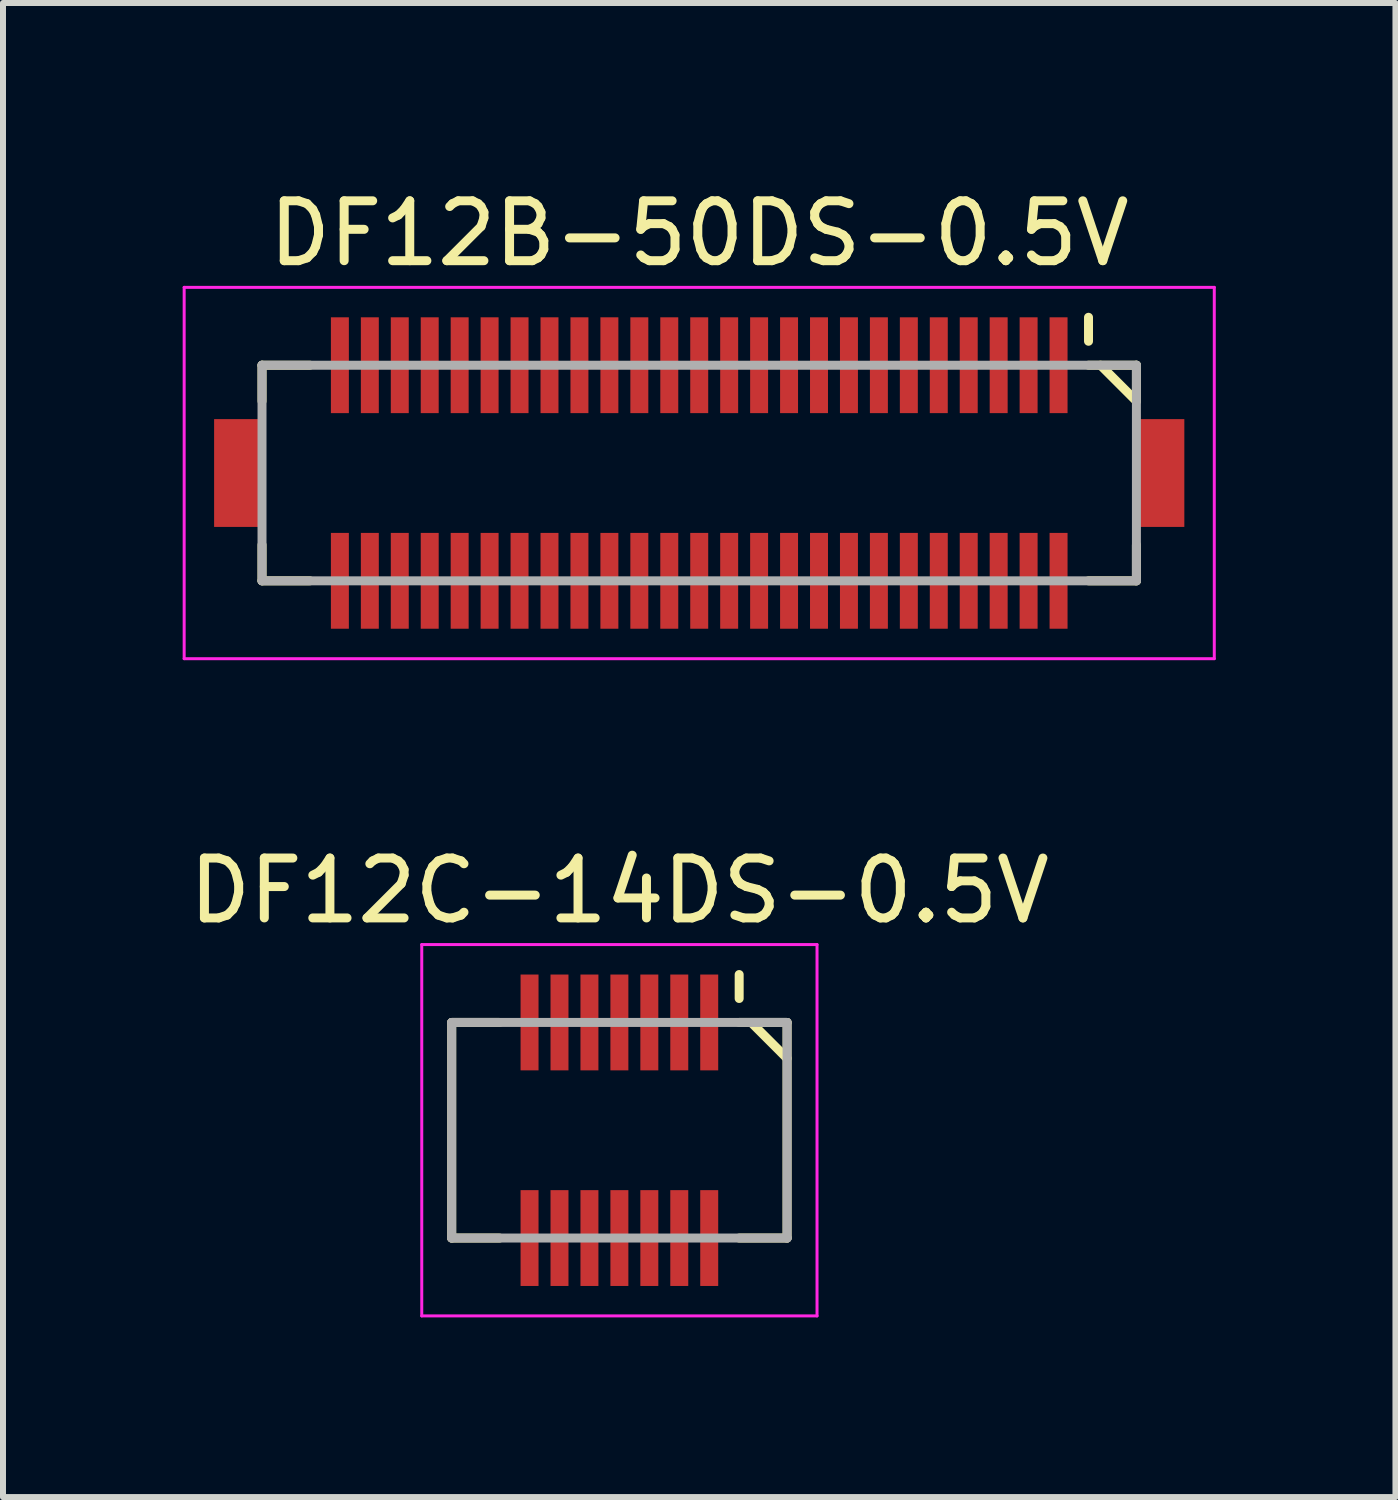
<source format=kicad_pcb>
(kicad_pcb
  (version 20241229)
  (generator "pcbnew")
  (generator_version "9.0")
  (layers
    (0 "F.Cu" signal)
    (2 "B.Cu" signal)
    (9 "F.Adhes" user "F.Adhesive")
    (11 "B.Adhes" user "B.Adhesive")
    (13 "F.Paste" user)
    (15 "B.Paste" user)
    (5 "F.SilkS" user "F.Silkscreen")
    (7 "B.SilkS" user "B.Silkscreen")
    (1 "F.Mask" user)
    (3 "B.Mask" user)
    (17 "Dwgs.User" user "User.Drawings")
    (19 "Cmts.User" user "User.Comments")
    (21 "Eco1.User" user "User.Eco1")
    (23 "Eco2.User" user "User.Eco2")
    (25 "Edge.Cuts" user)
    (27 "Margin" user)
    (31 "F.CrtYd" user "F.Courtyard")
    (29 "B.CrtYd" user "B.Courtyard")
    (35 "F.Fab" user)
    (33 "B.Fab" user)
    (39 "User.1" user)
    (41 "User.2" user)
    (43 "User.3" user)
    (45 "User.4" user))
  (footprint "DF12C-14DS-0.5V"
    (layer "F.Cu")
    (at 7.292 15.822)
    (property "Reference" "DF12C-14DS-0.5V" (at 0 -4 0) (layer "F.SilkS") (effects (font (size 1 1) (thickness 0.15))))
    (attr smd)
    (fp_line (start -2.8 -1.8) (end -2.8 1.8) (stroke (width 0.15) (type solid)) (layer "F.SilkS"))
    (fp_line (start -2.8 -1.8) (end -2 -1.8) (stroke (width 0.15) (type solid)) (layer "F.SilkS"))
    (fp_line (start -2.8 1.8) (end -2 1.8) (stroke (width 0.15) (type solid)) (layer "F.SilkS"))
    (fp_line (start 2 -2.6) (end 2 -2.2) (stroke (width 0.15) (type solid)) (layer "F.SilkS"))
    (fp_line (start 2 -1.8) (end 2.8 -1.8) (stroke (width 0.15) (type solid)) (layer "F.SilkS"))
    (fp_line (start 2 1.8) (end 2.8 1.8) (stroke (width 0.15) (type solid)) (layer "F.SilkS"))
    (fp_line (start 2.2 -1.8) (end 2.8 -1.2) (stroke (width 0.15) (type solid)) (layer "F.SilkS"))
    (fp_line (start 2.8 -1.8) (end 2.8 1.8) (stroke (width 0.15) (type solid)) (layer "F.SilkS"))
    (fp_line (start -3.3 -3.1) (end -3.3 3.1) (stroke (width 0.05) (type solid)) (layer "F.CrtYd"))
    (fp_line (start -3.3 -3.1) (end 3.3 -3.1) (stroke (width 0.05) (type solid)) (layer "F.CrtYd"))
    (fp_line (start -3.3 3.1) (end 3.3 3.1) (stroke (width 0.05) (type solid)) (layer "F.CrtYd"))
    (fp_line (start 3.3 -3.1) (end 3.3 3.1) (stroke (width 0.05) (type solid)) (layer "F.CrtYd"))
    (fp_line (start -2.8 -1.8) (end -2.8 1.8) (stroke (width 0.15) (type solid)) (layer "F.Fab"))
    (fp_line (start -2.8 -1.8) (end 2.8 -1.8) (stroke (width 0.15) (type solid)) (layer "F.Fab"))
    (fp_line (start -2.8 1.8) (end 2.8 1.8) (stroke (width 0.15) (type solid)) (layer "F.Fab"))
    (fp_line (start 2.8 -1.8) (end 2.8 1.8) (stroke (width 0.15) (type solid)) (layer "F.Fab"))
    (pad "1" smd rect (at 1.5 -1.8) (size 0.3 1.6) (layers "F.Cu" "F.Mask" "F.Paste"))
    (pad "2" smd rect (at 1.5 1.8) (size 0.3 1.6) (layers "F.Cu" "F.Mask" "F.Paste"))
    (pad "3" smd rect (at 1 -1.8) (size 0.3 1.6) (layers "F.Cu" "F.Mask" "F.Paste"))
    (pad "4" smd rect (at 1 1.8) (size 0.3 1.6) (layers "F.Cu" "F.Mask" "F.Paste"))
    (pad "5" smd rect (at 0.5 -1.8) (size 0.3 1.6) (layers "F.Cu" "F.Mask" "F.Paste"))
    (pad "6" smd rect (at 0.5 1.8) (size 0.3 1.6) (layers "F.Cu" "F.Mask" "F.Paste"))
    (pad "7" smd rect (at 0 -1.8) (size 0.3 1.6) (layers "F.Cu" "F.Mask" "F.Paste"))
    (pad "8" smd rect (at 0 1.8) (size 0.3 1.6) (layers "F.Cu" "F.Mask" "F.Paste"))
    (pad "9" smd rect (at -0.5 -1.8) (size 0.3 1.6) (layers "F.Cu" "F.Mask" "F.Paste"))
    (pad "10" smd rect (at -0.5 1.8) (size 0.3 1.6) (layers "F.Cu" "F.Mask" "F.Paste"))
    (pad "11" smd rect (at -1 -1.8) (size 0.3 1.6) (layers "F.Cu" "F.Mask" "F.Paste"))
    (pad "12" smd rect (at -1 1.8) (size 0.3 1.6) (layers "F.Cu" "F.Mask" "F.Paste"))
    (pad "13" smd rect (at -1.5 -1.8) (size 0.3 1.6) (layers "F.Cu" "F.Mask" "F.Paste"))
    (pad "14" smd rect (at -1.5 1.8) (size 0.3 1.6) (layers "F.Cu" "F.Mask" "F.Paste")))
  (footprint "DF12B-50DS-0.5V"
    (layer "F.Cu")
    (at 8.625 4.848)
    (property "Reference" "DF12B-50DS-0.5V" (at 0 -4 0) (layer "F.SilkS") (effects (font (size 1 1) (thickness 0.15))))
    (attr smd)
    (fp_line (start -7.3 -1.8) (end -7.3 -1.2) (stroke (width 0.15) (type solid)) (layer "F.SilkS"))
    (fp_line (start -7.3 -1.8) (end -6.5 -1.8) (stroke (width 0.15) (type solid)) (layer "F.SilkS"))
    (fp_line (start -7.3 1.2) (end -7.3 1.8) (stroke (width 0.15) (type solid)) (layer "F.SilkS"))
    (fp_line (start -7.3 1.8) (end -6.5 1.8) (stroke (width 0.15) (type solid)) (layer "F.SilkS"))
    (fp_line (start 6.5 -2.6) (end 6.5 -2.2) (stroke (width 0.15) (type solid)) (layer "F.SilkS"))
    (fp_line (start 6.5 -1.8) (end 7.3 -1.8) (stroke (width 0.15) (type solid)) (layer "F.SilkS"))
    (fp_line (start 6.5 1.8) (end 7.3 1.8) (stroke (width 0.15) (type solid)) (layer "F.SilkS"))
    (fp_line (start 6.7 -1.8) (end 7.3 -1.2) (stroke (width 0.15) (type solid)) (layer "F.SilkS"))
    (fp_line (start 7.3 -1.8) (end 7.3 -1.2) (stroke (width 0.15) (type solid)) (layer "F.SilkS"))
    (fp_line (start 7.3 1.2) (end 7.3 1.8) (stroke (width 0.15) (type solid)) (layer "F.SilkS"))
    (fp_line (start -8.6 -3.1) (end -8.6 3.1) (stroke (width 0.05) (type solid)) (layer "F.CrtYd"))
    (fp_line (start -8.6 -3.1) (end 8.6 -3.1) (stroke (width 0.05) (type solid)) (layer "F.CrtYd"))
    (fp_line (start -8.6 3.1) (end 8.6 3.1) (stroke (width 0.05) (type solid)) (layer "F.CrtYd"))
    (fp_line (start 8.6 -3.1) (end 8.6 3.1) (stroke (width 0.05) (type solid)) (layer "F.CrtYd"))
    (fp_line (start -7.3 -1.8) (end -7.3 1.8) (stroke (width 0.15) (type solid)) (layer "F.Fab"))
    (fp_line (start -7.3 -1.8) (end 7.3 -1.8) (stroke (width 0.15) (type solid)) (layer "F.Fab"))
    (fp_line (start -7.3 1.8) (end 7.3 1.8) (stroke (width 0.15) (type solid)) (layer "F.Fab"))
    (fp_line (start 7.3 -1.8) (end 7.3 1.8) (stroke (width 0.15) (type solid)) (layer "F.Fab"))
    (pad "1" smd rect (at 6 -1.8) (size 0.3 1.6) (layers "F.Cu" "F.Mask" "F.Paste"))
    (pad "2" smd rect (at 6 1.8) (size 0.3 1.6) (layers "F.Cu" "F.Mask" "F.Paste"))
    (pad "3" smd rect (at 5.5 -1.8) (size 0.3 1.6) (layers "F.Cu" "F.Mask" "F.Paste"))
    (pad "4" smd rect (at 5.5 1.8) (size 0.3 1.6) (layers "F.Cu" "F.Mask" "F.Paste"))
    (pad "5" smd rect (at 5 -1.8) (size 0.3 1.6) (layers "F.Cu" "F.Mask" "F.Paste"))
    (pad "6" smd rect (at 5 1.8) (size 0.3 1.6) (layers "F.Cu" "F.Mask" "F.Paste"))
    (pad "7" smd rect (at 4.5 -1.8) (size 0.3 1.6) (layers "F.Cu" "F.Mask" "F.Paste"))
    (pad "8" smd rect (at 4.5 1.8) (size 0.3 1.6) (layers "F.Cu" "F.Mask" "F.Paste"))
    (pad "9" smd rect (at 4 -1.8) (size 0.3 1.6) (layers "F.Cu" "F.Mask" "F.Paste"))
    (pad "10" smd rect (at 4 1.8) (size 0.3 1.6) (layers "F.Cu" "F.Mask" "F.Paste"))
    (pad "11" smd rect (at 3.5 -1.8) (size 0.3 1.6) (layers "F.Cu" "F.Mask" "F.Paste"))
    (pad "12" smd rect (at 3.5 1.8) (size 0.3 1.6) (layers "F.Cu" "F.Mask" "F.Paste"))
    (pad "13" smd rect (at 3 -1.8) (size 0.3 1.6) (layers "F.Cu" "F.Mask" "F.Paste"))
    (pad "14" smd rect (at 3 1.8) (size 0.3 1.6) (layers "F.Cu" "F.Mask" "F.Paste"))
    (pad "15" smd rect (at 2.5 -1.8) (size 0.3 1.6) (layers "F.Cu" "F.Mask" "F.Paste"))
    (pad "16" smd rect (at 2.5 1.8) (size 0.3 1.6) (layers "F.Cu" "F.Mask" "F.Paste"))
    (pad "17" smd rect (at 2 -1.8) (size 0.3 1.6) (layers "F.Cu" "F.Mask" "F.Paste"))
    (pad "18" smd rect (at 2 1.8) (size 0.3 1.6) (layers "F.Cu" "F.Mask" "F.Paste"))
    (pad "19" smd rect (at 1.5 -1.8) (size 0.3 1.6) (layers "F.Cu" "F.Mask" "F.Paste"))
    (pad "20" smd rect (at 1.5 1.8) (size 0.3 1.6) (layers "F.Cu" "F.Mask" "F.Paste"))
    (pad "21" smd rect (at 1 -1.8) (size 0.3 1.6) (layers "F.Cu" "F.Mask" "F.Paste"))
    (pad "22" smd rect (at 1 1.8) (size 0.3 1.6) (layers "F.Cu" "F.Mask" "F.Paste"))
    (pad "23" smd rect (at 0.5 -1.8) (size 0.3 1.6) (layers "F.Cu" "F.Mask" "F.Paste"))
    (pad "24" smd rect (at 0.5 1.8) (size 0.3 1.6) (layers "F.Cu" "F.Mask" "F.Paste"))
    (pad "25" smd rect (at 0 -1.8) (size 0.3 1.6) (layers "F.Cu" "F.Mask" "F.Paste"))
    (pad "26" smd rect (at 0 1.8) (size 0.3 1.6) (layers "F.Cu" "F.Mask" "F.Paste"))
    (pad "27" smd rect (at -0.5 -1.8) (size 0.3 1.6) (layers "F.Cu" "F.Mask" "F.Paste"))
    (pad "28" smd rect (at -0.5 1.8) (size 0.3 1.6) (layers "F.Cu" "F.Mask" "F.Paste"))
    (pad "29" smd rect (at -1 -1.8) (size 0.3 1.6) (layers "F.Cu" "F.Mask" "F.Paste"))
    (pad "30" smd rect (at -1 1.8) (size 0.3 1.6) (layers "F.Cu" "F.Mask" "F.Paste"))
    (pad "31" smd rect (at -1.5 -1.8) (size 0.3 1.6) (layers "F.Cu" "F.Mask" "F.Paste"))
    (pad "32" smd rect (at -1.5 1.8) (size 0.3 1.6) (layers "F.Cu" "F.Mask" "F.Paste"))
    (pad "33" smd rect (at -2 -1.8) (size 0.3 1.6) (layers "F.Cu" "F.Mask" "F.Paste"))
    (pad "34" smd rect (at -2 1.8) (size 0.3 1.6) (layers "F.Cu" "F.Mask" "F.Paste"))
    (pad "35" smd rect (at -2.5 -1.8) (size 0.3 1.6) (layers "F.Cu" "F.Mask" "F.Paste"))
    (pad "36" smd rect (at -2.5 1.8) (size 0.3 1.6) (layers "F.Cu" "F.Mask" "F.Paste"))
    (pad "37" smd rect (at -3 -1.8) (size 0.3 1.6) (layers "F.Cu" "F.Mask" "F.Paste"))
    (pad "38" smd rect (at -3 1.8) (size 0.3 1.6) (layers "F.Cu" "F.Mask" "F.Paste"))
    (pad "39" smd rect (at -3.5 -1.8) (size 0.3 1.6) (layers "F.Cu" "F.Mask" "F.Paste"))
    (pad "40" smd rect (at -3.5 1.8) (size 0.3 1.6) (layers "F.Cu" "F.Mask" "F.Paste"))
    (pad "41" smd rect (at -4 -1.8) (size 0.3 1.6) (layers "F.Cu" "F.Mask" "F.Paste"))
    (pad "42" smd rect (at -4 1.8) (size 0.3 1.6) (layers "F.Cu" "F.Mask" "F.Paste"))
    (pad "43" smd rect (at -4.5 -1.8) (size 0.3 1.6) (layers "F.Cu" "F.Mask" "F.Paste"))
    (pad "44" smd rect (at -4.5 1.8) (size 0.3 1.6) (layers "F.Cu" "F.Mask" "F.Paste"))
    (pad "45" smd rect (at -5 -1.8) (size 0.3 1.6) (layers "F.Cu" "F.Mask" "F.Paste"))
    (pad "46" smd rect (at -5 1.8) (size 0.3 1.6) (layers "F.Cu" "F.Mask" "F.Paste"))
    (pad "47" smd rect (at -5.5 -1.8) (size 0.3 1.6) (layers "F.Cu" "F.Mask" "F.Paste"))
    (pad "48" smd rect (at -5.5 1.8) (size 0.3 1.6) (layers "F.Cu" "F.Mask" "F.Paste"))
    (pad "49" smd rect (at -6 -1.8) (size 0.3 1.6) (layers "F.Cu" "F.Mask" "F.Paste"))
    (pad "50" smd rect (at -6 1.8) (size 0.3 1.6) (layers "F.Cu" "F.Mask" "F.Paste"))
    (pad "S" smd rect (at -7.7 0) (size 0.8 1.8) (layers "F.Cu" "F.Mask" "F.Paste"))
    (pad "S" smd rect (at 7.7 0) (size 0.8 1.8) (layers "F.Cu" "F.Mask" "F.Paste")))
  (gr_rect
    (start -3 -3)
    (end 20.25 21.947)
    (stroke (width 0.1) (type default))
    (fill no)
    (layer "Edge.Cuts")))
</source>
